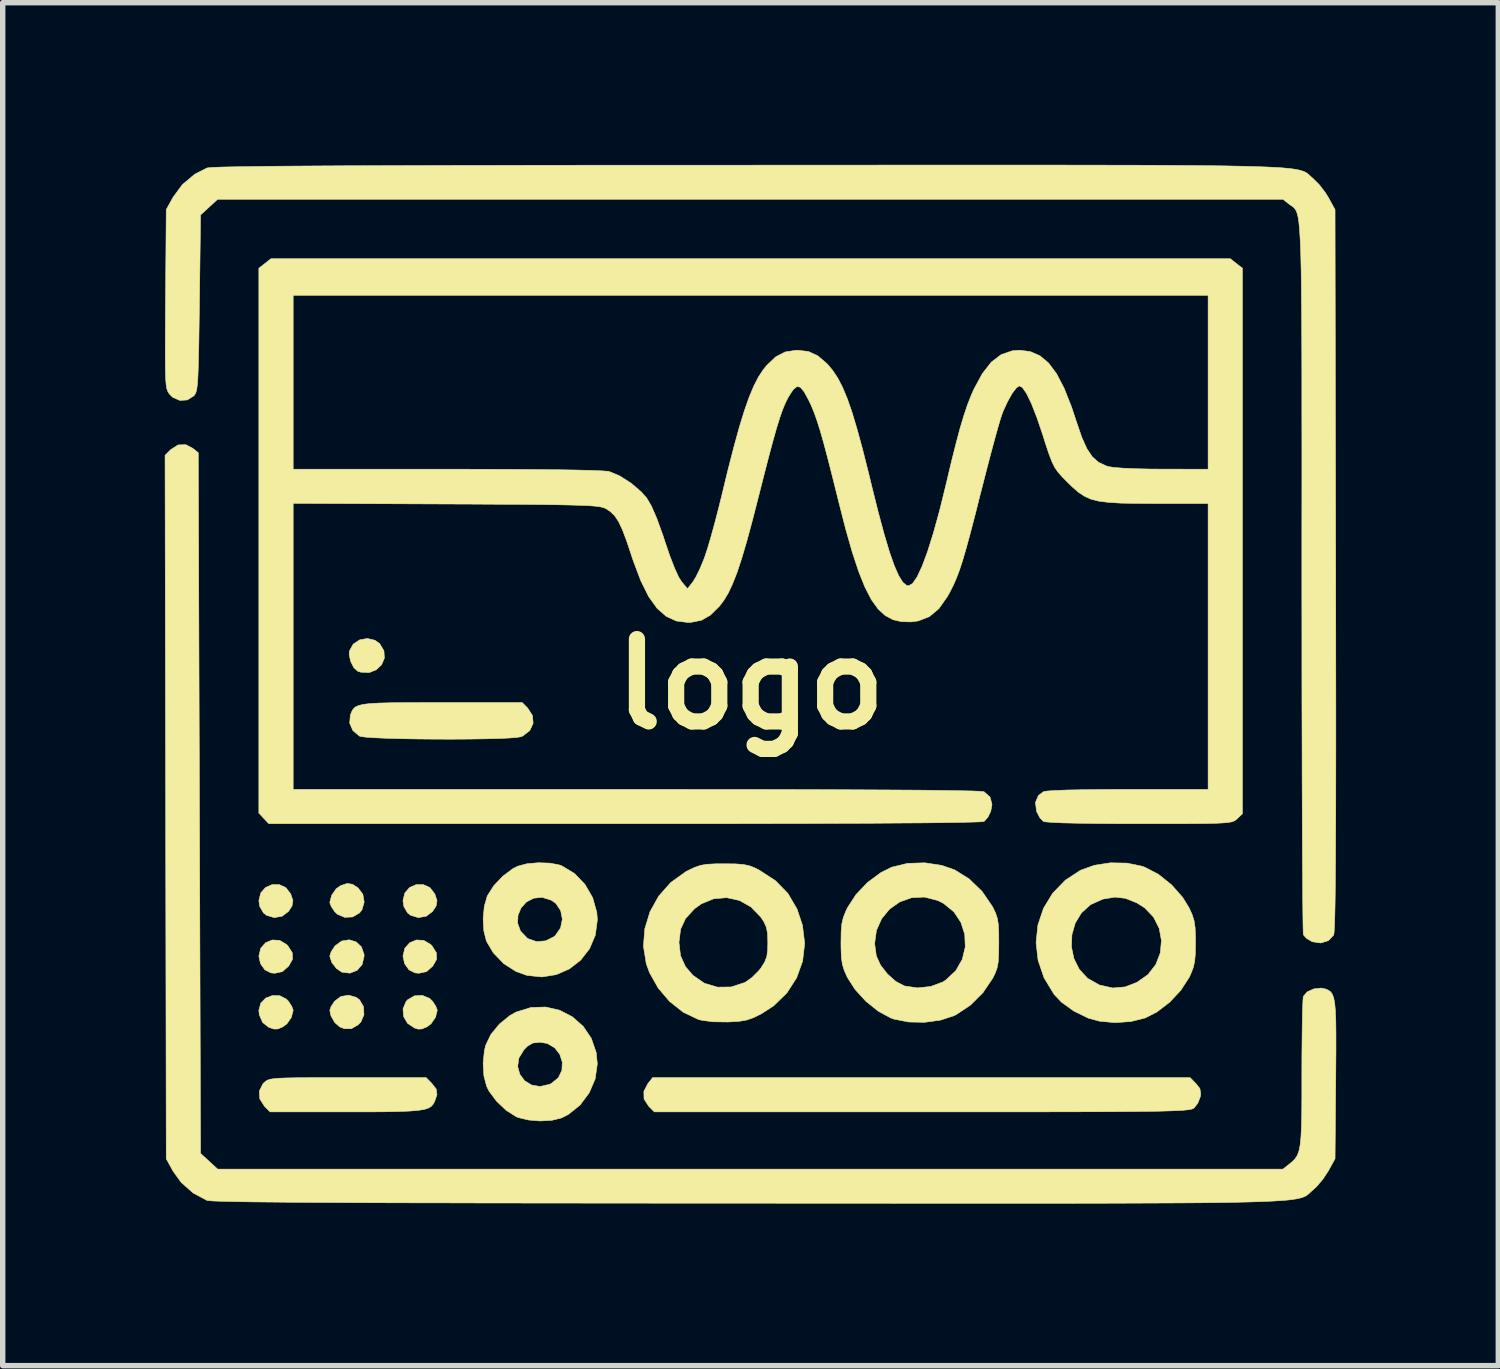
<source format=kicad_pcb>
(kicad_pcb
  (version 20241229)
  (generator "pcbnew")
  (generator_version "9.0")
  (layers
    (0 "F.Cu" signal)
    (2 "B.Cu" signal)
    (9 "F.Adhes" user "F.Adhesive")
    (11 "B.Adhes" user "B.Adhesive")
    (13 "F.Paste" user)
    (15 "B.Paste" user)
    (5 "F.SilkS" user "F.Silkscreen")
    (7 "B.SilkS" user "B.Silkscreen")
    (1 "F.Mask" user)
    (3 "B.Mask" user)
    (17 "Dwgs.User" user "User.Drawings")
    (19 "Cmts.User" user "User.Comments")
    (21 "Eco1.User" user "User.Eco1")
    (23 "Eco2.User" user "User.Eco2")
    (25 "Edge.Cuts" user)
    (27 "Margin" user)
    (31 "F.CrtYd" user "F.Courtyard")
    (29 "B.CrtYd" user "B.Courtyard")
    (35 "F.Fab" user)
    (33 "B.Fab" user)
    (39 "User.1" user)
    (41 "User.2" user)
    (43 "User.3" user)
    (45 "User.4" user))
  (footprint "logo"
    (layer "F.Cu")
    (at 10.843 9.613)
    (property "Reference" "logo" (at 0 0 0) (layer "F.SilkS") (effects (font (size 1.524 1.524) (thickness 0.3))))
    (attr through_hole)
    (fp_poly (pts (xy -8.717 4.742) (xy -8.59 4.817) (xy -8.565 4.843) (xy -8.483 4.972) (xy -8.479 5.091) (xy -8.55 5.217) (xy -8.666 5.32) (xy -8.806 5.35) (xy -8.879 5.343) (xy -8.99 5.287) (xy -9.071 5.174) (xy -9.102 5.033) (xy -9.067 4.887) (xy -8.977 4.785) (xy -8.853 4.734) (xy -8.717 4.742)) (stroke (width 0.01) (type solid)) (fill yes) (layer "F.SilkS"))
    (fp_poly (pts (xy -8.604 3.764) (xy -8.514 3.88) (xy -8.472 4.004) (xy -8.488 4.104) (xy -8.554 4.206) (xy -8.672 4.295) (xy -8.817 4.32) (xy -8.958 4.278) (xy -9.017 4.233) (xy -9.085 4.115) (xy -9.102 4.007) (xy -9.067 3.864) (xy -8.979 3.763) (xy -8.858 3.71) (xy -8.726 3.709) (xy -8.604 3.764)) (stroke (width 0.01) (type solid)) (fill yes) (layer "F.SilkS"))
    (fp_poly (pts (xy -6.05 4.742) (xy -5.923 4.817) (xy -5.898 4.843) (xy -5.816 4.972) (xy -5.812 5.091) (xy -5.883 5.217) (xy -5.999 5.32) (xy -6.139 5.35) (xy -6.212 5.343) (xy -6.323 5.287) (xy -6.404 5.174) (xy -6.435 5.033) (xy -6.4 4.887) (xy -6.31 4.785) (xy -6.186 4.734) (xy -6.05 4.742)) (stroke (width 0.01) (type solid)) (fill yes) (layer "F.SilkS"))
    (fp_poly (pts (xy -5.937 3.764) (xy -5.847 3.88) (xy -5.805 4.004) (xy -5.821 4.104) (xy -5.887 4.206) (xy -6.005 4.295) (xy -6.15 4.32) (xy -6.291 4.278) (xy -6.35 4.233) (xy -6.418 4.115) (xy -6.435 4.007) (xy -6.4 3.864) (xy -6.312 3.763) (xy -6.191 3.71) (xy -6.059 3.709) (xy -5.937 3.764)) (stroke (width 0.01) (type solid)) (fill yes) (layer "F.SilkS"))
    (fp_poly (pts (xy -6.953 -0.813) (xy -6.865 -0.749) (xy -6.787 -0.617) (xy -6.779 -0.482) (xy -6.83 -0.361) (xy -6.928 -0.267) (xy -7.06 -0.215) (xy -7.215 -0.222) (xy -7.272 -0.24) (xy -7.345 -0.307) (xy -7.403 -0.421) (xy -7.43 -0.546) (xy -7.426 -0.614) (xy -7.356 -0.741) (xy -7.237 -0.82) (xy -7.094 -0.846) (xy -6.953 -0.813)) (stroke (width 0.01) (type solid)) (fill yes) (layer "F.SilkS"))
    (fp_poly (pts (xy -7.368 3.704) (xy -7.266 3.771) (xy -7.177 3.889) (xy -7.153 4.034) (xy -7.194 4.175) (xy -7.239 4.233) (xy -7.367 4.308) (xy -7.514 4.315) (xy -7.649 4.258) (xy -7.702 4.206) (xy -7.762 4.114) (xy -7.789 4.042) (xy -7.789 4.039) (xy -7.755 3.908) (xy -7.671 3.787) (xy -7.592 3.73) (xy -7.468 3.688) (xy -7.368 3.704)) (stroke (width 0.01) (type solid)) (fill yes) (layer "F.SilkS"))
    (fp_poly (pts (xy -7.303 4.769) (xy -7.204 4.861) (xy -7.156 4.998) (xy -7.154 5.033) (xy -7.19 5.187) (xy -7.283 5.296) (xy -7.416 5.348) (xy -7.566 5.33) (xy -7.668 5.26) (xy -7.752 5.15) (xy -7.789 5.037) (xy -7.789 5.031) (xy -7.763 4.951) (xy -7.699 4.853) (xy -7.691 4.843) (xy -7.568 4.753) (xy -7.431 4.731) (xy -7.303 4.769)) (stroke (width 0.01) (type solid)) (fill yes) (layer "F.SilkS"))
    (fp_poly (pts (xy -7.298 5.797) (xy -7.239 5.842) (xy -7.165 5.97) (xy -7.157 6.117) (xy -7.214 6.252) (xy -7.266 6.305) (xy -7.392 6.377) (xy -7.515 6.377) (xy -7.605 6.343) (xy -7.697 6.262) (xy -7.767 6.139) (xy -7.789 6.036) (xy -7.765 5.966) (xy -7.705 5.874) (xy -7.702 5.869) (xy -7.584 5.78) (xy -7.439 5.756) (xy -7.298 5.797)) (stroke (width 0.01) (type solid)) (fill yes) (layer "F.SilkS"))
    (fp_poly (pts (xy -8.715 5.766) (xy -8.592 5.829) (xy -8.554 5.869) (xy -8.494 5.962) (xy -8.467 6.034) (xy -8.467 6.036) (xy -8.501 6.168) (xy -8.585 6.288) (xy -8.664 6.345) (xy -8.756 6.382) (xy -8.826 6.382) (xy -8.919 6.35) (xy -9.032 6.261) (xy -9.094 6.119) (xy -9.102 6.035) (xy -9.066 5.903) (xy -8.975 5.81) (xy -8.85 5.762) (xy -8.715 5.766)) (stroke (width 0.01) (type solid)) (fill yes) (layer "F.SilkS"))
    (fp_poly (pts (xy -5.94 5.817) (xy -5.887 5.869) (xy -5.827 5.962) (xy -5.8 6.034) (xy -5.8 6.036) (xy -5.834 6.168) (xy -5.918 6.288) (xy -5.997 6.345) (xy -6.09 6.382) (xy -6.159 6.383) (xy -6.223 6.362) (xy -6.35 6.277) (xy -6.423 6.151) (xy -6.434 6.009) (xy -6.378 5.875) (xy -6.35 5.842) (xy -6.222 5.768) (xy -6.075 5.76) (xy -5.94 5.817)) (stroke (width 0.01) (type solid)) (fill yes) (layer "F.SilkS"))
    (fp_poly (pts (xy -5.904 7.385) (xy -5.82 7.493) (xy -5.806 7.598) (xy -5.847 7.719) (xy -5.874 7.77) (xy -5.91 7.812) (xy -5.963 7.845) (xy -6.041 7.87) (xy -6.154 7.888) (xy -6.31 7.901) (xy -6.517 7.909) (xy -6.783 7.914) (xy -7.118 7.916) (xy -7.497 7.916) (xy -8.894 7.916) (xy -8.998 7.812) (xy -9.084 7.677) (xy -9.094 7.532) (xy -9.028 7.399) (xy -9.004 7.373) (xy -8.975 7.349) (xy -8.943 7.329) (xy -8.897 7.313) (xy -8.829 7.302) (xy -8.729 7.293) (xy -8.59 7.288) (xy -8.402 7.284) (xy -8.155 7.282) (xy -7.842 7.281) (xy -7.457 7.281) (xy -6.007 7.281) (xy -5.904 7.385)) (stroke (width 0.01) (type solid)) (fill yes) (layer "F.SilkS"))
    (fp_poly (pts (xy 8.24 7.39) (xy 8.315 7.485) (xy 8.33 7.582) (xy 8.323 7.633) (xy 8.277 7.754) (xy 8.208 7.842) (xy 8.191 7.854) (xy 8.165 7.864) (xy 8.125 7.873) (xy 8.068 7.88) (xy 7.987 7.887) (xy 7.88 7.893) (xy 7.741 7.898) (xy 7.566 7.903) (xy 7.349 7.906) (xy 7.088 7.909) (xy 6.776 7.911) (xy 6.409 7.913) (xy 5.984 7.914) (xy 5.494 7.915) (xy 4.936 7.916) (xy 4.305 7.916) (xy 3.597 7.916) (xy 3.168 7.916) (xy -1.782 7.916) (xy -1.886 7.812) (xy -1.973 7.678) (xy -1.976 7.534) (xy -1.902 7.393) (xy -1.814 7.281) (xy 8.132 7.281) (xy 8.24 7.39)) (stroke (width 0.01) (type solid)) (fill yes) (layer "F.SilkS"))
    (fp_poly (pts (xy -4.126 0.443) (xy -4.038 0.58) (xy -4.026 0.724) (xy -4.086 0.855) (xy -4.212 0.956) (xy -4.25 0.972) (xy -4.329 0.986) (xy -4.479 0.997) (xy -4.687 1.006) (xy -4.941 1.012) (xy -5.228 1.016) (xy -5.536 1.018) (xy -5.852 1.017) (xy -6.164 1.014) (xy -6.459 1.009) (xy -6.724 1.002) (xy -6.948 0.992) (xy -7.117 0.981) (xy -7.219 0.967) (xy -7.239 0.961) (xy -7.361 0.86) (xy -7.421 0.722) (xy -7.409 0.574) (xy -7.407 0.568) (xy -7.384 0.51) (xy -7.358 0.463) (xy -7.32 0.425) (xy -7.263 0.397) (xy -7.177 0.375) (xy -7.054 0.36) (xy -6.887 0.35) (xy -6.666 0.344) (xy -6.383 0.341) (xy -6.03 0.34) (xy -5.724 0.34) (xy -4.229 0.339) (xy -4.126 0.443)) (stroke (width 0.01) (type solid)) (fill yes) (layer "F.SilkS"))
    (fp_poly (pts (xy -3.715 3.312) (xy -3.536 3.347) (xy -3.499 3.36) (xy -3.261 3.503) (xy -3.065 3.707) (xy -2.923 3.954) (xy -2.847 4.225) (xy -2.837 4.36) (xy -2.875 4.645) (xy -2.982 4.897) (xy -3.147 5.108) (xy -3.356 5.27) (xy -3.599 5.376) (xy -3.863 5.418) (xy -4.138 5.39) (xy -4.339 5.319) (xy -4.57 5.172) (xy -4.763 4.971) (xy -4.89 4.756) (xy -4.938 4.566) (xy -4.946 4.424) (xy -4.313 4.424) (xy -4.26 4.568) (xy -4.14 4.695) (xy -4.114 4.713) (xy -3.96 4.765) (xy -3.792 4.75) (xy -3.639 4.673) (xy -3.616 4.653) (xy -3.518 4.512) (xy -3.485 4.349) (xy -3.516 4.19) (xy -3.606 4.056) (xy -3.687 3.999) (xy -3.86 3.945) (xy -4.017 3.961) (xy -4.15 4.031) (xy -4.249 4.141) (xy -4.306 4.277) (xy -4.313 4.424) (xy -4.946 4.424) (xy -4.951 4.338) (xy -4.929 4.11) (xy -4.875 3.921) (xy -4.872 3.916) (xy -4.754 3.73) (xy -4.586 3.553) (xy -4.399 3.413) (xy -4.309 3.368) (xy -4.139 3.323) (xy -3.929 3.305) (xy -3.715 3.312)) (stroke (width 0.01) (type solid)) (fill yes) (layer "F.SilkS"))
    (fp_poly (pts (xy -3.534 6.035) (xy -3.299 6.157) (xy -3.1 6.332) (xy -2.949 6.555) (xy -2.859 6.816) (xy -2.838 7.027) (xy -2.877 7.304) (xy -2.988 7.564) (xy -3.159 7.791) (xy -3.378 7.966) (xy -3.499 8.027) (xy -3.675 8.071) (xy -3.892 8.084) (xy -4.114 8.066) (xy -4.304 8.02) (xy -4.339 8.005) (xy -4.525 7.887) (xy -4.702 7.719) (xy -4.842 7.532) (xy -4.887 7.441) (xy -4.937 7.249) (xy -4.947 7.076) (xy -4.312 7.076) (xy -4.272 7.221) (xy -4.183 7.34) (xy -4.054 7.419) (xy -3.897 7.446) (xy -3.722 7.406) (xy -3.687 7.389) (xy -3.558 7.284) (xy -3.493 7.147) (xy -3.486 6.996) (xy -3.532 6.851) (xy -3.627 6.729) (xy -3.764 6.649) (xy -3.901 6.627) (xy -4.031 6.641) (xy -4.129 6.698) (xy -4.195 6.764) (xy -4.29 6.92) (xy -4.312 7.076) (xy -4.947 7.076) (xy -4.951 7.017) (xy -4.928 6.785) (xy -4.904 6.683) (xy -4.807 6.482) (xy -4.649 6.29) (xy -4.453 6.131) (xy -4.342 6.069) (xy -4.067 5.984) (xy -3.794 5.975) (xy -3.534 6.035)) (stroke (width 0.01) (type solid)) (fill yes) (layer "F.SilkS"))
    (fp_poly (pts (xy 6.966 3.312) (xy 7.248 3.37) (xy 7.292 3.386) (xy 7.547 3.519) (xy 7.79 3.713) (xy 7.995 3.945) (xy 8.116 4.141) (xy 8.173 4.268) (xy 8.208 4.382) (xy 8.227 4.512) (xy 8.233 4.685) (xy 8.234 4.784) (xy 8.231 4.985) (xy 8.218 5.131) (xy 8.191 5.249) (xy 8.144 5.367) (xy 8.116 5.427) (xy 7.962 5.665) (xy 7.754 5.887) (xy 7.517 6.068) (xy 7.301 6.178) (xy 7.036 6.244) (xy 6.742 6.264) (xy 6.455 6.237) (xy 6.249 6.181) (xy 5.982 6.05) (xy 5.755 5.887) (xy 5.617 5.742) (xy 5.43 5.434) (xy 5.32 5.11) (xy 5.292 4.861) (xy 5.937 4.861) (xy 5.983 5.079) (xy 6.083 5.279) (xy 6.238 5.445) (xy 6.449 5.564) (xy 6.462 5.569) (xy 6.702 5.623) (xy 6.93 5.603) (xy 7.147 5.52) (xy 7.354 5.375) (xy 7.499 5.188) (xy 7.582 4.973) (xy 7.603 4.745) (xy 7.562 4.52) (xy 7.458 4.313) (xy 7.292 4.138) (xy 7.147 4.047) (xy 6.936 3.963) (xy 6.743 3.941) (xy 6.53 3.976) (xy 6.51 3.981) (xy 6.29 4.081) (xy 6.122 4.233) (xy 6.007 4.423) (xy 5.946 4.637) (xy 5.937 4.861) (xy 5.292 4.861) (xy 5.283 4.78) (xy 5.317 4.457) (xy 5.42 4.149) (xy 5.59 3.869) (xy 5.824 3.628) (xy 6.105 3.444) (xy 6.364 3.351) (xy 6.661 3.306) (xy 6.966 3.312)) (stroke (width 0.01) (type solid)) (fill yes) (layer "F.SilkS"))
    (fp_poly (pts (xy -0.282 3.326) (xy -0.137 3.337) (xy -0.026 3.36) (xy 0.077 3.4) (xy 0.153 3.438) (xy 0.457 3.635) (xy 0.689 3.872) (xy 0.858 4.16) (xy 0.959 4.462) (xy 1 4.797) (xy 0.962 5.125) (xy 0.851 5.435) (xy 0.671 5.714) (xy 0.428 5.951) (xy 0.204 6.097) (xy 0.055 6.171) (xy -0.073 6.216) (xy -0.214 6.24) (xy -0.402 6.251) (xy -0.423 6.252) (xy -0.703 6.248) (xy -0.922 6.217) (xy -0.974 6.202) (xy -1.247 6.072) (xy -1.498 5.874) (xy -1.711 5.624) (xy -1.871 5.34) (xy -1.932 5.173) (xy -1.984 4.849) (xy -1.979 4.784) (xy -1.326 4.784) (xy -1.298 5.026) (xy -1.207 5.227) (xy -1.067 5.39) (xy -0.856 5.535) (xy -0.616 5.607) (xy -0.363 5.604) (xy -0.112 5.523) (xy -0.098 5.516) (xy 0.025 5.429) (xy 0.148 5.306) (xy 0.191 5.253) (xy 0.261 5.141) (xy 0.3 5.039) (xy 0.315 4.911) (xy 0.318 4.784) (xy 0.313 4.616) (xy 0.291 4.499) (xy 0.245 4.397) (xy 0.191 4.315) (xy 0.01 4.125) (xy -0.206 4.003) (xy -0.442 3.951) (xy -0.683 3.971) (xy -0.913 4.065) (xy -1.04 4.157) (xy -1.205 4.337) (xy -1.296 4.534) (xy -1.326 4.772) (xy -1.326 4.784) (xy -1.979 4.784) (xy -1.958 4.524) (xy -1.862 4.21) (xy -1.701 3.922) (xy -1.48 3.672) (xy -1.207 3.475) (xy -1.155 3.447) (xy -1.033 3.389) (xy -0.926 3.353) (xy -0.808 3.333) (xy -0.654 3.325) (xy -0.487 3.324) (xy -0.282 3.326)) (stroke (width 0.01) (type solid)) (fill yes) (layer "F.SilkS"))
    (fp_poly (pts (xy 3.538 3.354) (xy 3.774 3.436) (xy 4.044 3.604) (xy 4.284 3.836) (xy 4.473 4.112) (xy 4.481 4.126) (xy 4.532 4.232) (xy 4.565 4.331) (xy 4.584 4.446) (xy 4.592 4.601) (xy 4.593 4.784) (xy 4.591 4.992) (xy 4.582 5.14) (xy 4.562 5.251) (xy 4.526 5.349) (xy 4.48 5.442) (xy 4.3 5.709) (xy 4.067 5.941) (xy 3.805 6.115) (xy 3.768 6.134) (xy 3.512 6.218) (xy 3.219 6.258) (xy 2.923 6.252) (xy 2.654 6.199) (xy 2.593 6.178) (xy 2.361 6.052) (xy 2.132 5.868) (xy 1.933 5.65) (xy 1.79 5.427) (xy 1.733 5.299) (xy 1.698 5.185) (xy 1.679 5.055) (xy 1.673 4.882) (xy 1.672 4.799) (xy 2.295 4.799) (xy 2.326 5.03) (xy 2.404 5.2) (xy 2.534 5.367) (xy 2.69 5.504) (xy 2.845 5.585) (xy 3.086 5.621) (xy 3.333 5.595) (xy 3.556 5.512) (xy 3.61 5.478) (xy 3.797 5.303) (xy 3.917 5.093) (xy 3.972 4.864) (xy 3.963 4.631) (xy 3.892 4.409) (xy 3.761 4.213) (xy 3.57 4.057) (xy 3.462 4.003) (xy 3.215 3.94) (xy 2.977 3.952) (xy 2.759 4.03) (xy 2.571 4.163) (xy 2.424 4.342) (xy 2.328 4.557) (xy 2.295 4.799) (xy 1.672 4.799) (xy 1.672 4.784) (xy 1.675 4.582) (xy 1.688 4.436) (xy 1.715 4.319) (xy 1.762 4.201) (xy 1.79 4.141) (xy 1.949 3.895) (xy 2.164 3.669) (xy 2.412 3.486) (xy 2.614 3.386) (xy 2.905 3.316) (xy 3.223 3.306) (xy 3.538 3.354)) (stroke (width 0.01) (type solid)) (fill yes) (layer "F.SilkS"))
    (fp_poly (pts (xy -10.323 -4.364) (xy -10.223 -4.283) (xy -10.202 2.201) (xy -10.181 8.685) (xy -10.023 8.83) (xy -9.865 8.975) (xy 9.852 8.975) (xy 9.965 8.886) (xy 10.027 8.835) (xy 10.078 8.783) (xy 10.118 8.721) (xy 10.148 8.64) (xy 10.17 8.531) (xy 10.185 8.384) (xy 10.195 8.191) (xy 10.2 7.942) (xy 10.202 7.627) (xy 10.202 7.237) (xy 10.202 7.202) (xy 10.203 6.869) (xy 10.206 6.562) (xy 10.209 6.29) (xy 10.214 6.065) (xy 10.22 5.898) (xy 10.226 5.799) (xy 10.23 5.777) (xy 10.301 5.695) (xy 10.421 5.64) (xy 10.556 5.624) (xy 10.627 5.637) (xy 10.682 5.659) (xy 10.727 5.687) (xy 10.762 5.731) (xy 10.789 5.798) (xy 10.809 5.896) (xy 10.822 6.034) (xy 10.83 6.221) (xy 10.833 6.464) (xy 10.833 6.771) (xy 10.83 7.152) (xy 10.829 7.325) (xy 10.816 8.784) (xy 10.691 9.01) (xy 10.593 9.159) (xy 10.477 9.296) (xy 10.409 9.359) (xy 10.377 9.386) (xy 10.351 9.411) (xy 10.325 9.435) (xy 10.299 9.456) (xy 10.267 9.475) (xy 10.228 9.493) (xy 10.177 9.509) (xy 10.112 9.524) (xy 10.03 9.537) (xy 9.926 9.549) (xy 9.798 9.559) (xy 9.643 9.568) (xy 9.458 9.576) (xy 9.239 9.583) (xy 8.982 9.589) (xy 8.686 9.594) (xy 8.346 9.598) (xy 7.959 9.601) (xy 7.522 9.603) (xy 7.032 9.605) (xy 6.486 9.607) (xy 5.88 9.608) (xy 5.211 9.608) (xy 4.477 9.608) (xy 3.672 9.608) (xy 2.796 9.608) (xy 1.843 9.607) (xy 0.811 9.607) (xy -0.016 9.606) (xy -1.165 9.606) (xy -2.231 9.605) (xy -3.218 9.604) (xy -4.127 9.603) (xy -4.96 9.602) (xy -5.721 9.6) (xy -6.412 9.599) (xy -7.034 9.597) (xy -7.591 9.594) (xy -8.084 9.592) (xy -8.516 9.589) (xy -8.89 9.585) (xy -9.208 9.582) (xy -9.471 9.578) (xy -9.683 9.573) (xy -9.846 9.569) (xy -9.963 9.564) (xy -10.034 9.558) (xy -10.062 9.554) (xy -10.317 9.418) (xy -10.54 9.221) (xy -10.689 9.014) (xy -10.816 8.784) (xy -10.827 2.274) (xy -10.838 -4.236) (xy -10.734 -4.341) (xy -10.598 -4.428) (xy -10.454 -4.433) (xy -10.323 -4.364)) (stroke (width 0.01) (type solid)) (fill yes) (layer "F.SilkS"))
    (fp_poly (pts (xy 5.385 -9.608) (xy 6.037 -9.607) (xy 6.628 -9.606) (xy 7.16 -9.605) (xy 7.636 -9.603) (xy 8.06 -9.6) (xy 8.435 -9.597) (xy 8.764 -9.593) (xy 9.05 -9.587) (xy 9.297 -9.581) (xy 9.507 -9.574) (xy 9.685 -9.566) (xy 9.833 -9.557) (xy 9.954 -9.546) (xy 10.052 -9.534) (xy 10.13 -9.52) (xy 10.191 -9.505) (xy 10.239 -9.489) (xy 10.276 -9.471) (xy 10.306 -9.451) (xy 10.332 -9.429) (xy 10.357 -9.405) (xy 10.385 -9.38) (xy 10.409 -9.359) (xy 10.52 -9.249) (xy 10.633 -9.103) (xy 10.691 -9.01) (xy 10.816 -8.784) (xy 10.828 -2.117) (xy 10.829 -1.18) (xy 10.83 -0.326) (xy 10.831 0.449) (xy 10.831 1.149) (xy 10.83 1.775) (xy 10.829 2.33) (xy 10.827 2.819) (xy 10.825 3.242) (xy 10.822 3.604) (xy 10.819 3.907) (xy 10.815 4.153) (xy 10.81 4.347) (xy 10.805 4.49) (xy 10.799 4.585) (xy 10.793 4.636) (xy 10.79 4.644) (xy 10.692 4.747) (xy 10.552 4.79) (xy 10.397 4.767) (xy 10.386 4.762) (xy 10.288 4.704) (xy 10.23 4.638) (xy 10.23 4.637) (xy 10.227 4.587) (xy 10.224 4.457) (xy 10.221 4.252) (xy 10.218 3.976) (xy 10.216 3.634) (xy 10.213 3.23) (xy 10.211 2.769) (xy 10.209 2.256) (xy 10.207 1.695) (xy 10.206 1.091) (xy 10.204 0.449) (xy 10.203 -0.227) (xy 10.203 -0.933) (xy 10.202 -1.663) (xy 10.202 -1.995) (xy 10.202 -2.877) (xy 10.203 -3.679) (xy 10.203 -4.404) (xy 10.202 -5.055) (xy 10.202 -5.639) (xy 10.201 -6.157) (xy 10.199 -6.614) (xy 10.196 -7.014) (xy 10.193 -7.362) (xy 10.189 -7.66) (xy 10.183 -7.914) (xy 10.176 -8.126) (xy 10.167 -8.301) (xy 10.157 -8.443) (xy 10.146 -8.555) (xy 10.132 -8.643) (xy 10.116 -8.709) (xy 10.099 -8.758) (xy 10.078 -8.793) (xy 10.056 -8.819) (xy 10.031 -8.84) (xy 10.003 -8.859) (xy 9.973 -8.88) (xy 9.965 -8.886) (xy 9.852 -8.975) (xy -9.865 -8.975) (xy -10.023 -8.83) (xy -10.181 -8.685) (xy -10.202 -7.056) (xy -10.208 -6.64) (xy -10.213 -6.301) (xy -10.219 -6.03) (xy -10.225 -5.818) (xy -10.232 -5.658) (xy -10.241 -5.541) (xy -10.252 -5.459) (xy -10.266 -5.403) (xy -10.283 -5.366) (xy -10.304 -5.339) (xy -10.304 -5.338) (xy -10.425 -5.261) (xy -10.565 -5.252) (xy -10.697 -5.31) (xy -10.751 -5.363) (xy -10.774 -5.394) (xy -10.792 -5.428) (xy -10.807 -5.475) (xy -10.818 -5.542) (xy -10.826 -5.639) (xy -10.831 -5.772) (xy -10.833 -5.952) (xy -10.834 -6.185) (xy -10.833 -6.481) (xy -10.831 -6.847) (xy -10.829 -7.131) (xy -10.816 -8.784) (xy -10.689 -9.014) (xy -10.517 -9.247) (xy -10.289 -9.438) (xy -10.062 -9.554) (xy -10.025 -9.559) (xy -9.946 -9.565) (xy -9.822 -9.57) (xy -9.651 -9.574) (xy -9.431 -9.578) (xy -9.159 -9.582) (xy -8.832 -9.586) (xy -8.448 -9.589) (xy -8.006 -9.592) (xy -7.502 -9.595) (xy -6.935 -9.597) (xy -6.301 -9.599) (xy -5.599 -9.601) (xy -4.826 -9.602) (xy -3.98 -9.604) (xy -3.059 -9.605) (xy -2.059 -9.605) (xy -0.979 -9.606) (xy -0.016 -9.606) (xy 1.077 -9.607) (xy 2.089 -9.607) (xy 3.022 -9.608) (xy 3.88 -9.608) (xy 4.667 -9.608) (xy 5.385 -9.608)) (stroke (width 0.01) (type solid)) (fill yes) (layer "F.SilkS"))
    (fp_poly (pts (xy 8.99 -7.786) (xy 9.102 -7.699) (xy 9.102 2.398) (xy 9.004 2.49) (xy 8.978 2.513) (xy 8.948 2.532) (xy 8.906 2.547) (xy 8.844 2.559) (xy 8.753 2.567) (xy 8.626 2.574) (xy 8.454 2.578) (xy 8.229 2.58) (xy 7.944 2.582) (xy 7.589 2.582) (xy 7.202 2.582) (xy 6.76 2.581) (xy 6.372 2.578) (xy 6.042 2.573) (xy 5.776 2.567) (xy 5.579 2.558) (xy 5.457 2.548) (xy 5.419 2.54) (xy 5.353 2.473) (xy 5.297 2.365) (xy 5.292 2.352) (xy 5.271 2.189) (xy 5.326 2.061) (xy 5.417 1.991) (xy 5.483 1.978) (xy 5.629 1.968) (xy 5.85 1.959) (xy 6.142 1.953) (xy 6.499 1.949) (xy 6.916 1.947) (xy 6.982 1.947) (xy 8.467 1.947) (xy 8.467 -3.344) (xy 7.501 -3.344) (xy 7.14 -3.346) (xy 6.851 -3.351) (xy 6.623 -3.365) (xy 6.443 -3.388) (xy 6.298 -3.425) (xy 6.178 -3.479) (xy 6.068 -3.552) (xy 5.958 -3.647) (xy 5.859 -3.743) (xy 5.76 -3.844) (xy 5.686 -3.929) (xy 5.627 -4.015) (xy 5.576 -4.119) (xy 5.522 -4.259) (xy 5.458 -4.451) (xy 5.406 -4.617) (xy 5.296 -4.94) (xy 5.196 -5.196) (xy 5.106 -5.381) (xy 5.03 -5.491) (xy 4.972 -5.522) (xy 4.916 -5.482) (xy 4.84 -5.381) (xy 4.758 -5.236) (xy 4.678 -5.064) (xy 4.654 -5.002) (xy 4.62 -4.899) (xy 4.57 -4.727) (xy 4.507 -4.499) (xy 4.434 -4.227) (xy 4.355 -3.924) (xy 4.273 -3.603) (xy 4.255 -3.535) (xy 4.152 -3.126) (xy 4.064 -2.789) (xy 3.989 -2.514) (xy 3.924 -2.291) (xy 3.864 -2.108) (xy 3.806 -1.956) (xy 3.748 -1.824) (xy 3.686 -1.702) (xy 3.641 -1.622) (xy 3.484 -1.398) (xy 3.308 -1.251) (xy 3.102 -1.171) (xy 2.97 -1.153) (xy 2.793 -1.157) (xy 2.634 -1.194) (xy 2.49 -1.271) (xy 2.358 -1.393) (xy 2.234 -1.566) (xy 2.116 -1.795) (xy 1.999 -2.086) (xy 1.881 -2.444) (xy 1.758 -2.875) (xy 1.628 -3.384) (xy 1.622 -3.408) (xy 1.518 -3.826) (xy 1.43 -4.171) (xy 1.355 -4.454) (xy 1.29 -4.683) (xy 1.232 -4.868) (xy 1.178 -5.02) (xy 1.126 -5.148) (xy 1.077 -5.252) (xy 0.99 -5.412) (xy 0.921 -5.496) (xy 0.859 -5.51) (xy 0.793 -5.457) (xy 0.745 -5.39) (xy 0.692 -5.303) (xy 0.642 -5.203) (xy 0.591 -5.08) (xy 0.537 -4.925) (xy 0.477 -4.73) (xy 0.408 -4.485) (xy 0.327 -4.182) (xy 0.232 -3.813) (xy 0.151 -3.493) (xy 0.033 -3.033) (xy -0.071 -2.648) (xy -0.165 -2.329) (xy -0.251 -2.069) (xy -0.334 -1.857) (xy -0.414 -1.687) (xy -0.497 -1.55) (xy -0.577 -1.444) (xy -0.744 -1.279) (xy -0.911 -1.183) (xy -1.102 -1.145) (xy -1.167 -1.143) (xy -1.376 -1.17) (xy -1.563 -1.256) (xy -1.732 -1.405) (xy -1.887 -1.621) (xy -2.032 -1.912) (xy -2.171 -2.28) (xy -2.204 -2.379) (xy -2.296 -2.655) (xy -2.374 -2.861) (xy -2.445 -3.011) (xy -2.517 -3.118) (xy -2.596 -3.195) (xy -2.681 -3.25) (xy -2.713 -3.264) (xy -2.756 -3.277) (xy -2.815 -3.288) (xy -2.898 -3.297) (xy -3.011 -3.305) (xy -3.159 -3.311) (xy -3.349 -3.316) (xy -3.587 -3.321) (xy -3.879 -3.325) (xy -4.232 -3.328) (xy -4.652 -3.33) (xy -5.145 -3.333) (xy -5.641 -3.335) (xy -8.467 -3.347) (xy -8.467 1.947) (xy -2.114 1.947) (xy -1.116 1.948) (xy -0.202 1.948) (xy 0.627 1.95) (xy 1.372 1.952) (xy 2.032 1.955) (xy 2.609 1.958) (xy 3.102 1.961) (xy 3.511 1.966) (xy 3.837 1.971) (xy 4.079 1.976) (xy 4.238 1.982) (xy 4.314 1.989) (xy 4.32 1.991) (xy 4.431 2.09) (xy 4.467 2.227) (xy 4.444 2.352) (xy 4.391 2.462) (xy 4.325 2.536) (xy 4.317 2.54) (xy 4.263 2.547) (xy 4.125 2.552) (xy 3.905 2.557) (xy 3.603 2.562) (xy 3.22 2.567) (xy 2.758 2.57) (xy 2.217 2.574) (xy 1.599 2.576) (xy 0.904 2.579) (xy 0.133 2.58) (xy -0.712 2.582) (xy -1.63 2.582) (xy -2.339 2.582) (xy -8.918 2.582) (xy -9.01 2.484) (xy -9.102 2.386) (xy -9.102 -7.197) (xy -8.467 -7.197) (xy -8.467 -3.979) (xy -5.62 -3.979) (xy -5.006 -3.978) (xy -4.455 -3.976) (xy -3.97 -3.973) (xy -3.554 -3.969) (xy -3.21 -3.963) (xy -2.941 -3.956) (xy -2.75 -3.948) (xy -2.639 -3.94) (xy -2.617 -3.936) (xy -2.42 -3.853) (xy -2.211 -3.719) (xy -2.022 -3.557) (xy -1.923 -3.444) (xy -1.837 -3.298) (xy -1.738 -3.07) (xy -1.627 -2.764) (xy -1.589 -2.648) (xy -1.495 -2.372) (xy -1.407 -2.146) (xy -1.332 -1.982) (xy -1.279 -1.898) (xy -1.169 -1.767) (xy -1.072 -1.889) (xy -1.012 -1.986) (xy -0.939 -2.135) (xy -0.867 -2.309) (xy -0.849 -2.357) (xy -0.796 -2.518) (xy -0.731 -2.739) (xy -0.66 -2.997) (xy -0.59 -3.269) (xy -0.548 -3.437) (xy -0.424 -3.949) (xy -0.312 -4.385) (xy -0.211 -4.752) (xy -0.117 -5.058) (xy -0.028 -5.311) (xy 0.058 -5.517) (xy 0.144 -5.685) (xy 0.233 -5.82) (xy 0.296 -5.898) (xy 0.465 -6.059) (xy 0.639 -6.149) (xy 0.84 -6.18) (xy 0.868 -6.181) (xy 1.071 -6.157) (xy 1.245 -6.076) (xy 1.417 -5.928) (xy 1.424 -5.92) (xy 1.522 -5.803) (xy 1.613 -5.665) (xy 1.7 -5.497) (xy 1.786 -5.292) (xy 1.874 -5.04) (xy 1.966 -4.734) (xy 2.067 -4.365) (xy 2.178 -3.926) (xy 2.242 -3.662) (xy 2.363 -3.177) (xy 2.472 -2.773) (xy 2.57 -2.445) (xy 2.66 -2.19) (xy 2.742 -2.004) (xy 2.818 -1.884) (xy 2.889 -1.827) (xy 2.921 -1.82) (xy 2.996 -1.862) (xy 3.081 -1.984) (xy 3.174 -2.184) (xy 3.276 -2.458) (xy 3.384 -2.803) (xy 3.498 -3.216) (xy 3.616 -3.695) (xy 3.618 -3.704) (xy 3.716 -4.117) (xy 3.802 -4.459) (xy 3.877 -4.74) (xy 3.947 -4.973) (xy 4.013 -5.17) (xy 4.08 -5.341) (xy 4.129 -5.453) (xy 4.287 -5.746) (xy 4.454 -5.96) (xy 4.637 -6.1) (xy 4.841 -6.17) (xy 4.974 -6.181) (xy 5.174 -6.156) (xy 5.353 -6.079) (xy 5.514 -5.944) (xy 5.662 -5.746) (xy 5.802 -5.477) (xy 5.938 -5.134) (xy 6.033 -4.848) (xy 6.129 -4.568) (xy 6.223 -4.359) (xy 6.322 -4.21) (xy 6.437 -4.108) (xy 6.576 -4.042) (xy 6.627 -4.026) (xy 6.726 -4.011) (xy 6.893 -3.998) (xy 7.116 -3.988) (xy 7.378 -3.982) (xy 7.631 -3.98) (xy 8.467 -3.979) (xy 8.467 -7.197) (xy -8.467 -7.197) (xy -9.102 -7.197) (xy -9.102 -7.699) (xy -8.99 -7.786) (xy -8.879 -7.874) (xy 8.879 -7.874) (xy 8.99 -7.786)) (stroke (width 0.01) (type solid)) (fill yes) (layer "F.SilkS")))
  (gr_rect
    (start -3 -3)
    (end 24.681 22.226)
    (stroke (width 0.1) (type default))
    (fill no)
    (layer "Edge.Cuts")))
</source>
